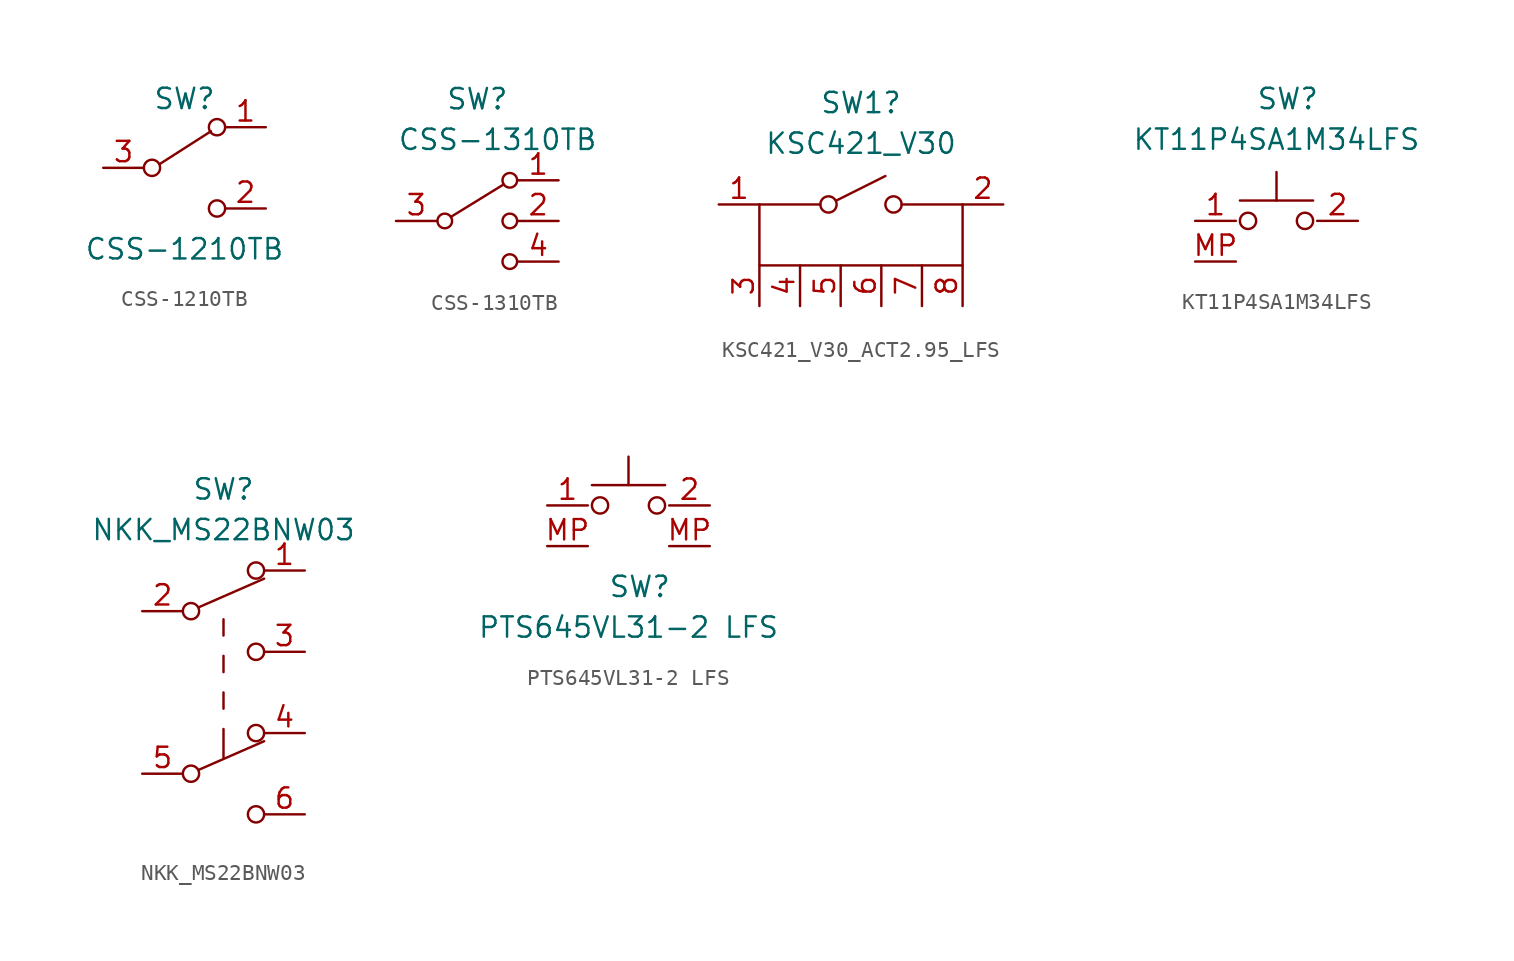
<source format=kicad_sym>
(kicad_symbol_lib
  (version 20220914)
  (generator kicad_symbol_editor)
  (symbol "CSS-1210TB"
    (pin_names
      (offset 0) hide)
    (property "Reference" "SW"
      (at 0 4.318 0)
      (effects (font (size 1.27 1.27))))
    (property "Value" "CSS-1210TB"
      (at 0 -5.08 0)
      (effects (font (size 1.27 1.27))))
    (symbol "CSS-1210TB_0_0"
      (circle (center -2.032 0) (radius 0.508) (stroke (width 0) (type default)) (fill (type none)))
      (circle (center 2.032 -2.54) (radius 0.508) (stroke (width 0) (type default)) (fill (type none))))
    (symbol "CSS-1210TB_0_1"
      (polyline (pts (xy -1.524 0.254) (xy 1.651 2.286)) (stroke (width 0) (type default)) (fill (type none)))
      (circle (center 2.032 2.54) (radius 0.508) (stroke (width 0) (type default)) (fill (type none))))
    (symbol "CSS-1210TB_1_1"
      (pin passive line (at 5.08 2.54 180) (length 2.54) (name "A" (effects (font (size 1.27 1.27)))) (number "1" (effects (font (size 1.27 1.27)))))
      (pin passive line (at 5.08 -2.54 180) (length 2.54) (name "B" (effects (font (size 1.27 1.27)))) (number "2" (effects (font (size 1.27 1.27)))))
      (pin passive line (at -5.08 0 0) (length 2.54) (name "C" (effects (font (size 1.27 1.27)))) (number "3" (effects (font (size 1.27 1.27)))))))
  (symbol "CSS-1310TB"
    (property "Reference" "SW"
      (at 0 7.62 0)
      (effects (font (size 1.27 1.27))))
    (property "Value" "CSS-1310TB"
      (at 1.27 5.08 0)
      (effects (font (size 1.27 1.27))))
    (symbol "CSS-1310TB_0_1"
      (circle (center -2.032 0) (radius 0.457) (stroke (width 0) (type default)) (fill (type none)))
      (polyline (pts (xy -1.651 0.254) (xy 1.651 2.286)) (stroke (width 0) (type default)) (fill (type none)))
      (circle (center 2.032 -2.54) (radius 0.457) (stroke (width 0) (type default)) (fill (type none)))
      (circle (center 2.032 0) (radius 0.457) (stroke (width 0) (type default)) (fill (type none)))
      (circle (center 2.032 2.54) (radius 0.457) (stroke (width 0) (type default)) (fill (type none))))
    (symbol "CSS-1310TB_1_1"
      (pin passive line (at 5.08 2.54 180) (length 2.54) (name "~" (effects (font (size 1.27 1.27)))) (number "1" (effects (font (size 1.27 1.27)))))
      (pin passive line (at 5.08 0 180) (length 2.54) (name "~" (effects (font (size 1.27 1.27)))) (number "2" (effects (font (size 1.27 1.27)))))
      (pin passive line (at -5.08 0 0) (length 2.54) (name "~" (effects (font (size 1.27 1.27)))) (number "3" (effects (font (size 1.27 1.27)))))
      (pin passive line (at 5.08 -2.54 180) (length 2.54) (name "~" (effects (font (size 1.27 1.27)))) (number "4" (effects (font (size 1.27 1.27)))))))
  (symbol "KSC421_V30_ACT2.95_LFS"
    (pin_names
      (offset 0) hide)
    (property "Reference" "SW1"
      (at 0 6.35 0)
      (effects (font (size 1.27 1.27))))
    (property "Value" "KSC421_V30"
      (at 0 3.81 0)
      (effects (font (size 1.27 1.27))))
    (symbol "KSC421_V30_ACT2.95_LFS_0_0"
      (circle (center -2.032 0) (radius 0.508) (stroke (width 0) (type default)) (fill (type none)))
      (polyline (pts (xy -1.524 0.254) (xy 1.524 1.778)) (stroke (width 0) (type default)) (fill (type none)))
      (circle (center 2.032 0) (radius 0.508) (stroke (width 0) (type default)) (fill (type none))))
    (symbol "KSC421_V30_ACT2.95_LFS_0_1"
      (polyline (pts (xy -6.35 0) (xy -2.54 0)) (stroke (width 0) (type default)) (fill (type none)))
      (polyline (pts (xy 6.35 0) (xy 2.54 0)) (stroke (width 0) (type default)) (fill (type none)))
      (polyline (pts (xy 6.35 0) (xy 6.35 -3.81) (xy -6.35 -3.81) (xy -6.35 0)) (stroke (width 0) (type default)) (fill (type none))))
    (symbol "KSC421_V30_ACT2.95_LFS_1_0"
      (pin passive line (at -6.35 -6.35 90) (length 2.54) (name "" (effects (font (size 1.27 1.27)))) (number "3" (effects (font (size 1.27 1.27)))))
      (pin passive line (at -3.81 -6.35 90) (length 2.54) (name "" (effects (font (size 1.27 1.27)))) (number "4" (effects (font (size 1.27 1.27)))))
      (pin passive line (at -1.27 -6.35 90) (length 2.54) (name "" (effects (font (size 1.27 1.27)))) (number "5" (effects (font (size 1.27 1.27)))))
      (pin passive line (at 1.27 -6.35 90) (length 2.54) (name "" (effects (font (size 1.27 1.27)))) (number "6" (effects (font (size 1.27 1.27)))))
      (pin passive line (at 3.81 -6.35 90) (length 2.54) (name "" (effects (font (size 1.27 1.27)))) (number "7" (effects (font (size 1.27 1.27)))))
      (pin passive line (at 6.35 -6.35 90) (length 2.54) (name "" (effects (font (size 1.27 1.27)))) (number "8" (effects (font (size 1.27 1.27))))))
    (symbol "KSC421_V30_ACT2.95_LFS_1_1"
      (pin passive line (at -8.89 0 0) (length 2.54) (name "A" (effects (font (size 1.27 1.27)))) (number "1" (effects (font (size 1.27 1.27)))))
      (pin passive line (at 8.89 0 180) (length 2.54) (name "B" (effects (font (size 1.27 1.27)))) (number "2" (effects (font (size 1.27 1.27)))))))
  (symbol "KT11P4SA1M34LFS"
    (pin_names
      (offset 1.016) hide)
    (property "Reference" "SW"
      (at -1.27 7.62 0)
      (effects (font (size 1.27 1.27)) (justify left)))
    (property "Value" "KT11P4SA1M34LFS"
      (at 0 5.08 0)
      (effects (font (size 1.27 1.27))))
    (symbol "KT11P4SA1M34LFS_0_1"
      (circle (center -1.778 0) (radius 0.508) (stroke (width 0) (type default)) (fill (type none)))
      (polyline (pts (xy -2.286 1.27) (xy 2.286 1.27)) (stroke (width 0) (type default)) (fill (type none)))
      (polyline (pts (xy 0 1.27) (xy 0 3.048)) (stroke (width 0) (type default)) (fill (type none)))
      (circle (center 1.778 0) (radius 0.508) (stroke (width 0) (type default)) (fill (type none))))
    (symbol "KT11P4SA1M34LFS_1_1"
      (pin passive line (at -5.08 0 0) (length 2.54) (name "" (effects (font (size 1.27 1.27)))) (number "1" (effects (font (size 1.27 1.27)))))
      (pin passive line (at 5.08 0 180) (length 2.54) (name "" (effects (font (size 1.27 1.27)))) (number "2" (effects (font (size 1.27 1.27)))))
      (pin passive line (at -5.08 -2.54 0) (length 2.54) (name "" (effects (font (size 1.27 1.27)))) (number "MP" (effects (font (size 1.27 1.27)))))))
  (symbol "NKK_MS22BNW03"
    (pin_names
      (offset 0) hide)
    (property "Reference" "SW"
      (at 0 12.7 0)
      (effects (font (size 1.27 1.27))))
    (property "Value" "NKK_MS22BNW03"
      (at 0 10.16 0)
      (effects (font (size 1.27 1.27))))
    (symbol "NKK_MS22BNW03_0_0"
      (circle (center -2.032 -5.08) (radius 0.508) (stroke (width 0) (type default)) (fill (type none)))
      (circle (center -2.032 5.08) (radius 0.508) (stroke (width 0) (type default)) (fill (type none)))
      (circle (center 2.032 -7.62) (radius 0.508) (stroke (width 0) (type default)) (fill (type none)))
      (circle (center 2.032 2.54) (radius 0.508) (stroke (width 0) (type default)) (fill (type none))))
    (symbol "NKK_MS22BNW03_0_1"
      (polyline (pts (xy -1.524 -4.826) (xy 2.54 -3.048)) (stroke (width 0) (type default)) (fill (type none)))
      (polyline (pts (xy -1.524 5.334) (xy 2.54 7.112)) (stroke (width 0) (type default)) (fill (type none)))
      (polyline (pts (xy 0 -2.286) (xy 0 -4.064)) (stroke (width 0) (type default)) (fill (type none)))
      (polyline (pts (xy 0 -1.016) (xy 0 0)) (stroke (width 0) (type default)) (fill (type none)))
      (polyline (pts (xy 0 1.27) (xy 0 2.286)) (stroke (width 0) (type default)) (fill (type none)))
      (polyline (pts (xy 0 3.556) (xy 0 4.572)) (stroke (width 0) (type default)) (fill (type none)))
      (circle (center 2.032 -2.54) (radius 0.508) (stroke (width 0) (type default)) (fill (type none)))
      (circle (center 2.032 7.62) (radius 0.508) (stroke (width 0) (type default)) (fill (type none))))
    (symbol "NKK_MS22BNW03_1_1"
      (pin passive line (at 5.08 7.62 180) (length 2.54) (name "A" (effects (font (size 1.27 1.27)))) (number "1" (effects (font (size 1.27 1.27)))))
      (pin passive line (at -5.08 5.08 0) (length 2.54) (name "B" (effects (font (size 1.27 1.27)))) (number "2" (effects (font (size 1.27 1.27)))))
      (pin passive line (at 5.08 2.54 180) (length 2.54) (name "C" (effects (font (size 1.27 1.27)))) (number "3" (effects (font (size 1.27 1.27)))))
      (pin passive line (at 5.08 -2.54 180) (length 2.54) (name "A" (effects (font (size 1.27 1.27)))) (number "4" (effects (font (size 1.27 1.27)))))
      (pin passive line (at -5.08 -5.08 0) (length 2.54) (name "B" (effects (font (size 1.27 1.27)))) (number "5" (effects (font (size 1.27 1.27)))))
      (pin passive line (at 5.08 -7.62 180) (length 2.54) (name "C" (effects (font (size 1.27 1.27)))) (number "6" (effects (font (size 1.27 1.27)))))))
  (symbol "PTS645VL31-2 LFS"
    (pin_names
      (offset 1.016) hide)
    (property "Reference" "SW"
      (at -1.27 -5.08 0)
      (effects (font (size 1.27 1.27)) (justify left)))
    (property "Value" "PTS645VL31-2 LFS"
      (at 0 -7.62 0)
      (effects (font (size 1.27 1.27))))
    (symbol "PTS645VL31-2 LFS_0_1"
      (circle (center -1.778 0) (radius 0.508) (stroke (width 0) (type default)) (fill (type none)))
      (polyline (pts (xy -2.286 1.27) (xy 2.286 1.27)) (stroke (width 0) (type default)) (fill (type none)))
      (polyline (pts (xy 0 1.27) (xy 0 3.048)) (stroke (width 0) (type default)) (fill (type none)))
      (circle (center 1.778 0) (radius 0.508) (stroke (width 0) (type default)) (fill (type none))))
    (symbol "PTS645VL31-2 LFS_1_1"
      (pin passive line (at -5.08 0 0) (length 2.54) (name "" (effects (font (size 1.27 1.27)))) (number "1" (effects (font (size 1.27 1.27)))))
      (pin passive line (at 5.08 0 180) (length 2.54) (name "" (effects (font (size 1.27 1.27)))) (number "2" (effects (font (size 1.27 1.27)))))
      (pin passive line (at -5.08 -2.54 0) (length 2.54) (name "" (effects (font (size 1.27 1.27)))) (number "MP" (effects (font (size 1.27 1.27)))))
      (pin passive line (at 5.08 -2.54 180) (length 2.54) (name "" (effects (font (size 1.27 1.27)))) (number "MP" (effects (font (size 1.27 1.27))))))))
</source>
